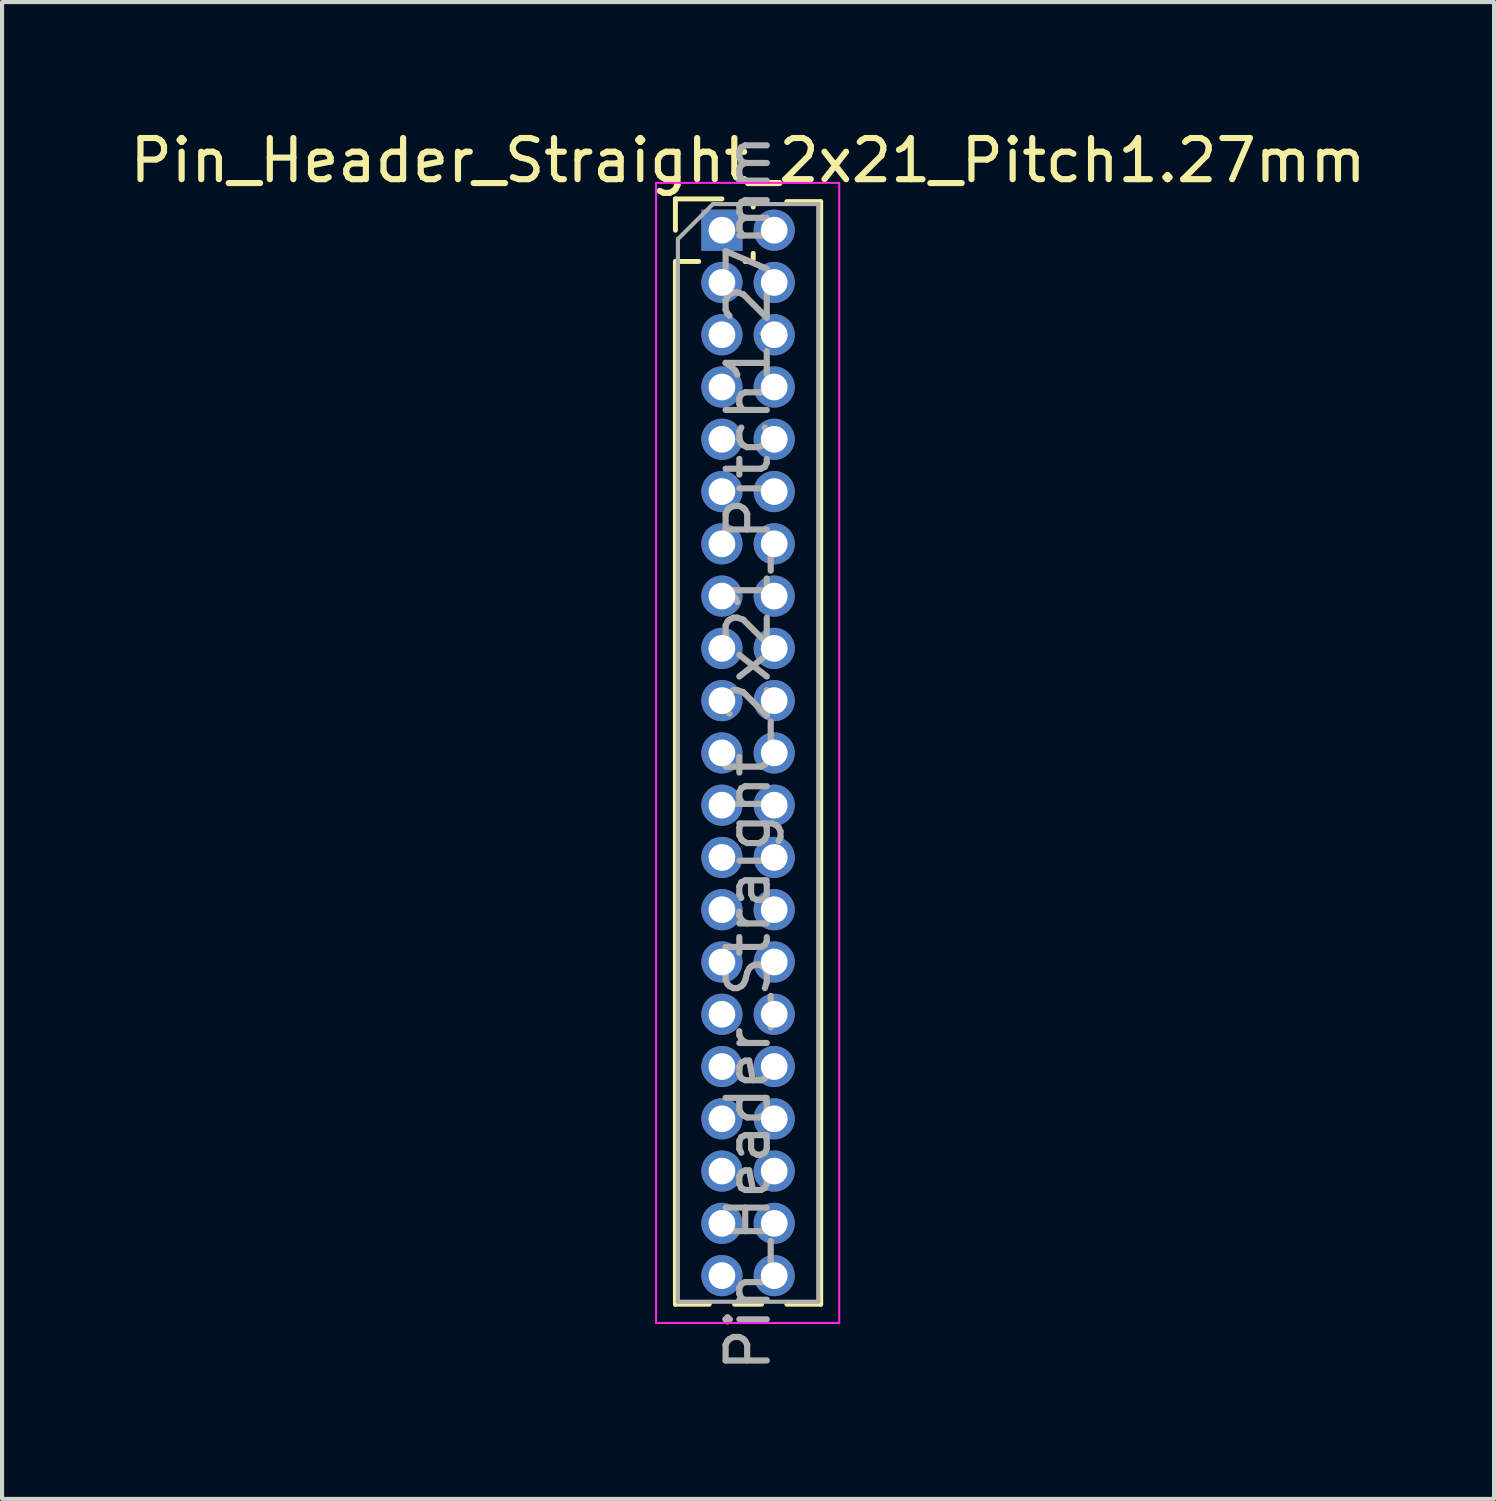
<source format=kicad_pcb>
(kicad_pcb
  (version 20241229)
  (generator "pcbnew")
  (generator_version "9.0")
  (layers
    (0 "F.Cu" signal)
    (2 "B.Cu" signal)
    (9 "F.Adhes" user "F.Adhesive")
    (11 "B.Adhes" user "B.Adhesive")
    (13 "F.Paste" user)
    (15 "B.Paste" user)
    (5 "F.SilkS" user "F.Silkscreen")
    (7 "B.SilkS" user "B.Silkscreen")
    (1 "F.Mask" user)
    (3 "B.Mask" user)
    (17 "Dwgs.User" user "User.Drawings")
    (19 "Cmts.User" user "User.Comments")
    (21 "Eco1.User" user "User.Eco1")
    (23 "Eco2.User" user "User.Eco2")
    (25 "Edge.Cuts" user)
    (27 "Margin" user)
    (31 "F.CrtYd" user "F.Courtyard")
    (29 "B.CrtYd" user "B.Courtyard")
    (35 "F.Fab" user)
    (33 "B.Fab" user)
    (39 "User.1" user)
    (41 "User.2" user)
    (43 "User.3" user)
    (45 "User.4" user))
  (footprint "Pin_Header_Straight_2x21_Pitch1.27mm"
    (layer "F.Cu")
    (at 14.49 2.543)
    (property "Reference" "Pin_Header_Straight_2x21_Pitch1.27mm" (at 0.635 -1.695 0) (layer "F.SilkS") (effects (font (size 1 1) (thickness 0.15))))
    (attr through_hole)
    (fp_line (start -1.13 -0.76) (end 0 -0.76) (stroke (width 0.12) (type solid)) (layer "F.SilkS"))
    (fp_line (start -1.13 0) (end -1.13 -0.76) (stroke (width 0.12) (type solid)) (layer "F.SilkS"))
    (fp_line (start -1.13 0.76) (end -1.13 26.095) (stroke (width 0.12) (type solid)) (layer "F.SilkS"))
    (fp_line (start -1.13 0.76) (end -0.563 0.76) (stroke (width 0.12) (type solid)) (layer "F.SilkS"))
    (fp_line (start -1.13 26.095) (end -0.308 26.095) (stroke (width 0.12) (type solid)) (layer "F.SilkS"))
    (fp_line (start 0.308 26.095) (end 0.962 26.095) (stroke (width 0.12) (type solid)) (layer "F.SilkS"))
    (fp_line (start 0.563 0.76) (end 0.707 0.76) (stroke (width 0.12) (type solid)) (layer "F.SilkS"))
    (fp_line (start 0.76 -0.695) (end 0.962 -0.695) (stroke (width 0.12) (type solid)) (layer "F.SilkS"))
    (fp_line (start 0.76 -0.563) (end 0.76 -0.695) (stroke (width 0.12) (type solid)) (layer "F.SilkS"))
    (fp_line (start 0.76 0.707) (end 0.76 0.563) (stroke (width 0.12) (type solid)) (layer "F.SilkS"))
    (fp_line (start 1.578 -0.695) (end 2.4 -0.695) (stroke (width 0.12) (type solid)) (layer "F.SilkS"))
    (fp_line (start 1.578 26.095) (end 2.4 26.095) (stroke (width 0.12) (type solid)) (layer "F.SilkS"))
    (fp_line (start 2.4 -0.695) (end 2.4 26.095) (stroke (width 0.12) (type solid)) (layer "F.SilkS"))
    (fp_line (start -1.6 -1.15) (end -1.6 26.55) (stroke (width 0.05) (type solid)) (layer "F.CrtYd"))
    (fp_line (start -1.6 26.55) (end 2.85 26.55) (stroke (width 0.05) (type solid)) (layer "F.CrtYd"))
    (fp_line (start 2.85 -1.15) (end -1.6 -1.15) (stroke (width 0.05) (type solid)) (layer "F.CrtYd"))
    (fp_line (start 2.85 26.55) (end 2.85 -1.15) (stroke (width 0.05) (type solid)) (layer "F.CrtYd"))
    (fp_line (start -1.07 0.217) (end -0.217 -0.635) (stroke (width 0.1) (type solid)) (layer "F.Fab"))
    (fp_line (start -1.07 26.035) (end -1.07 0.217) (stroke (width 0.1) (type solid)) (layer "F.Fab"))
    (fp_line (start -0.217 -0.635) (end 2.34 -0.635) (stroke (width 0.1) (type solid)) (layer "F.Fab"))
    (fp_line (start 2.34 -0.635) (end 2.34 26.035) (stroke (width 0.1) (type solid)) (layer "F.Fab"))
    (fp_line (start 2.34 26.035) (end -1.07 26.035) (stroke (width 0.1) (type solid)) (layer "F.Fab"))
    (fp_text user "${REFERENCE}" (at 0.635 12.7 90) (layer "F.Fab") (effects (font (size 1 1) (thickness 0.15))))
    (pad "1" thru_hole rect (at 0 0) (size 1 1) (drill 0.65) (layers "*.Cu" "*.Mask"))
    (pad "2" thru_hole oval (at 1.27 0) (size 1 1) (drill 0.65) (layers "*.Cu" "*.Mask"))
    (pad "3" thru_hole oval (at 0 1.27) (size 1 1) (drill 0.65) (layers "*.Cu" "*.Mask"))
    (pad "4" thru_hole oval (at 1.27 1.27) (size 1 1) (drill 0.65) (layers "*.Cu" "*.Mask"))
    (pad "5" thru_hole oval (at 0 2.54) (size 1 1) (drill 0.65) (layers "*.Cu" "*.Mask"))
    (pad "6" thru_hole oval (at 1.27 2.54) (size 1 1) (drill 0.65) (layers "*.Cu" "*.Mask"))
    (pad "7" thru_hole oval (at 0 3.81) (size 1 1) (drill 0.65) (layers "*.Cu" "*.Mask"))
    (pad "8" thru_hole oval (at 1.27 3.81) (size 1 1) (drill 0.65) (layers "*.Cu" "*.Mask"))
    (pad "9" thru_hole oval (at 0 5.08) (size 1 1) (drill 0.65) (layers "*.Cu" "*.Mask"))
    (pad "10" thru_hole oval (at 1.27 5.08) (size 1 1) (drill 0.65) (layers "*.Cu" "*.Mask"))
    (pad "11" thru_hole oval (at 0 6.35) (size 1 1) (drill 0.65) (layers "*.Cu" "*.Mask"))
    (pad "12" thru_hole oval (at 1.27 6.35) (size 1 1) (drill 0.65) (layers "*.Cu" "*.Mask"))
    (pad "13" thru_hole oval (at 0 7.62) (size 1 1) (drill 0.65) (layers "*.Cu" "*.Mask"))
    (pad "14" thru_hole oval (at 1.27 7.62) (size 1 1) (drill 0.65) (layers "*.Cu" "*.Mask"))
    (pad "15" thru_hole oval (at 0 8.89) (size 1 1) (drill 0.65) (layers "*.Cu" "*.Mask"))
    (pad "16" thru_hole oval (at 1.27 8.89) (size 1 1) (drill 0.65) (layers "*.Cu" "*.Mask"))
    (pad "17" thru_hole oval (at 0 10.16) (size 1 1) (drill 0.65) (layers "*.Cu" "*.Mask"))
    (pad "18" thru_hole oval (at 1.27 10.16) (size 1 1) (drill 0.65) (layers "*.Cu" "*.Mask"))
    (pad "19" thru_hole oval (at 0 11.43) (size 1 1) (drill 0.65) (layers "*.Cu" "*.Mask"))
    (pad "20" thru_hole oval (at 1.27 11.43) (size 1 1) (drill 0.65) (layers "*.Cu" "*.Mask"))
    (pad "21" thru_hole oval (at 0 12.7) (size 1 1) (drill 0.65) (layers "*.Cu" "*.Mask"))
    (pad "22" thru_hole oval (at 1.27 12.7) (size 1 1) (drill 0.65) (layers "*.Cu" "*.Mask"))
    (pad "23" thru_hole oval (at 0 13.97) (size 1 1) (drill 0.65) (layers "*.Cu" "*.Mask"))
    (pad "24" thru_hole oval (at 1.27 13.97) (size 1 1) (drill 0.65) (layers "*.Cu" "*.Mask"))
    (pad "25" thru_hole oval (at 0 15.24) (size 1 1) (drill 0.65) (layers "*.Cu" "*.Mask"))
    (pad "26" thru_hole oval (at 1.27 15.24) (size 1 1) (drill 0.65) (layers "*.Cu" "*.Mask"))
    (pad "27" thru_hole oval (at 0 16.51) (size 1 1) (drill 0.65) (layers "*.Cu" "*.Mask"))
    (pad "28" thru_hole oval (at 1.27 16.51) (size 1 1) (drill 0.65) (layers "*.Cu" "*.Mask"))
    (pad "29" thru_hole oval (at 0 17.78) (size 1 1) (drill 0.65) (layers "*.Cu" "*.Mask"))
    (pad "30" thru_hole oval (at 1.27 17.78) (size 1 1) (drill 0.65) (layers "*.Cu" "*.Mask"))
    (pad "31" thru_hole oval (at 0 19.05) (size 1 1) (drill 0.65) (layers "*.Cu" "*.Mask"))
    (pad "32" thru_hole oval (at 1.27 19.05) (size 1 1) (drill 0.65) (layers "*.Cu" "*.Mask"))
    (pad "33" thru_hole oval (at 0 20.32) (size 1 1) (drill 0.65) (layers "*.Cu" "*.Mask"))
    (pad "34" thru_hole oval (at 1.27 20.32) (size 1 1) (drill 0.65) (layers "*.Cu" "*.Mask"))
    (pad "35" thru_hole oval (at 0 21.59) (size 1 1) (drill 0.65) (layers "*.Cu" "*.Mask"))
    (pad "36" thru_hole oval (at 1.27 21.59) (size 1 1) (drill 0.65) (layers "*.Cu" "*.Mask"))
    (pad "37" thru_hole oval (at 0 22.86) (size 1 1) (drill 0.65) (layers "*.Cu" "*.Mask"))
    (pad "38" thru_hole oval (at 1.27 22.86) (size 1 1) (drill 0.65) (layers "*.Cu" "*.Mask"))
    (pad "39" thru_hole oval (at 0 24.13) (size 1 1) (drill 0.65) (layers "*.Cu" "*.Mask"))
    (pad "40" thru_hole oval (at 1.27 24.13) (size 1 1) (drill 0.65) (layers "*.Cu" "*.Mask"))
    (pad "41" thru_hole oval (at 0 25.4) (size 1 1) (drill 0.65) (layers "*.Cu" "*.Mask"))
    (pad "42" thru_hole oval (at 1.27 25.4) (size 1 1) (drill 0.65) (layers "*.Cu" "*.Mask")))
  (gr_rect
    (start -3 -3)
    (end 33.25 33.368)
    (stroke (width 0.1) (type default))
    (fill no)
    (layer "Edge.Cuts")))
</source>
